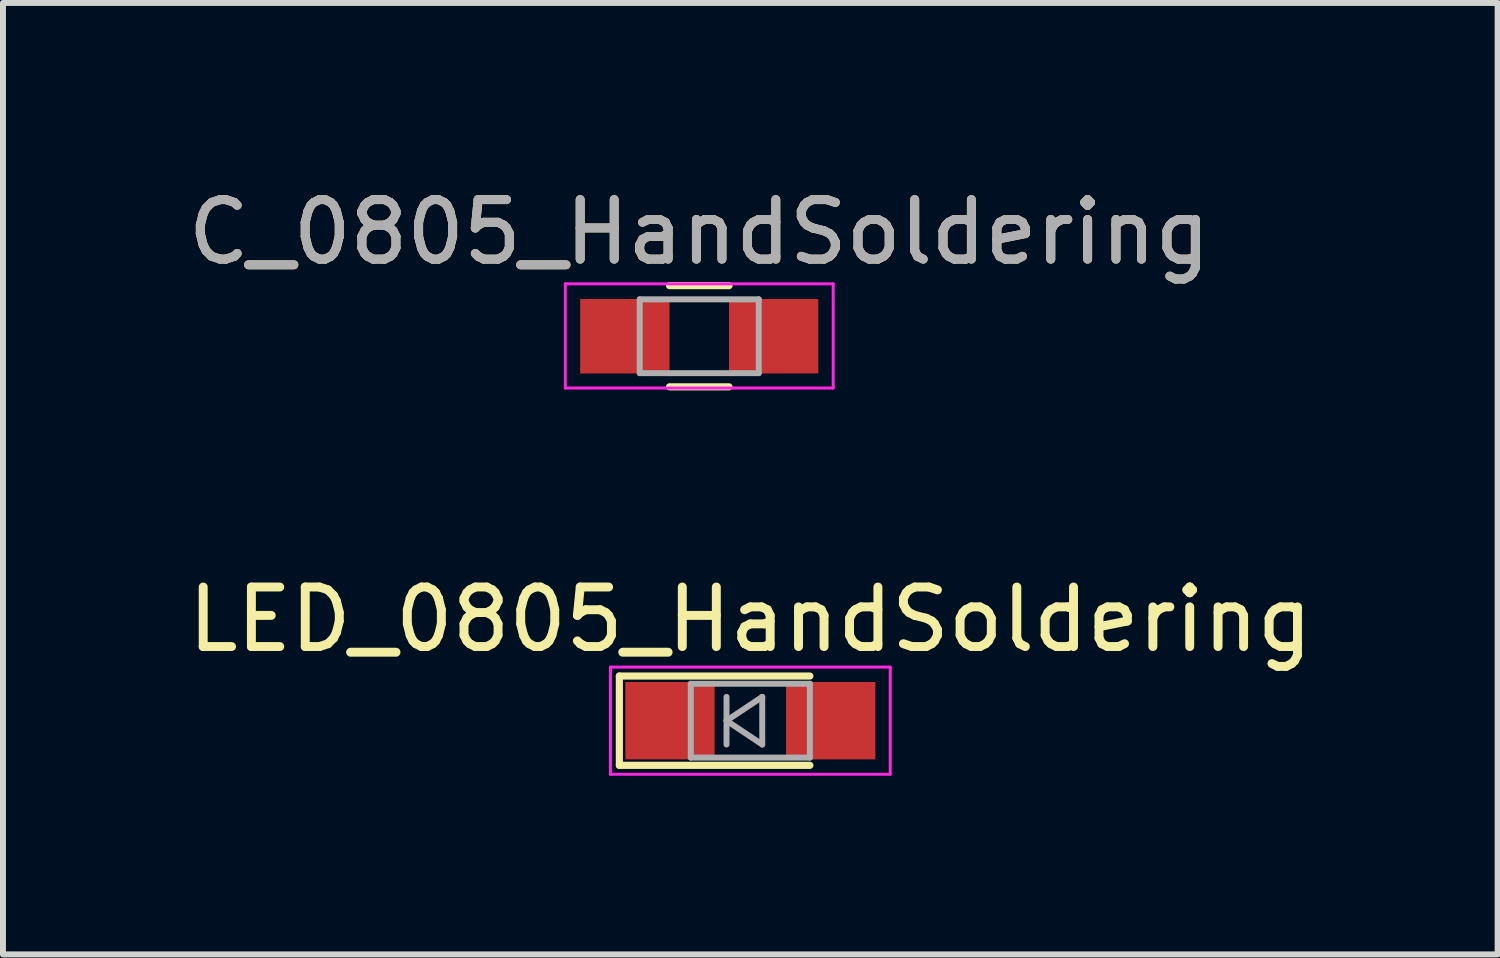
<source format=kicad_pcb>
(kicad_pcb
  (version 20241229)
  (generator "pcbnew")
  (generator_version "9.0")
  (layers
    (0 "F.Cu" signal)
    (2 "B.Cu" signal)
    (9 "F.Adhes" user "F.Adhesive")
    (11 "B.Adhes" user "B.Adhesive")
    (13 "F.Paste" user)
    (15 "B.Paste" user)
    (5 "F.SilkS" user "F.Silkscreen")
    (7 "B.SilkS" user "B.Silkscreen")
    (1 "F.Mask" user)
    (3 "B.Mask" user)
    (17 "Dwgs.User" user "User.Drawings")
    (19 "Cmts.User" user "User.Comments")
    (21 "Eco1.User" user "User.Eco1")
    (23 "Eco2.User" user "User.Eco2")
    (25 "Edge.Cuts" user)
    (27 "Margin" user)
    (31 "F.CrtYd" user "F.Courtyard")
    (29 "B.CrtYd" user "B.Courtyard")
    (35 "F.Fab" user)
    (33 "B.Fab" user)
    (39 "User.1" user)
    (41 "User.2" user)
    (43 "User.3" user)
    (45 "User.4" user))
  (footprint "C_0805_HandSoldering"
    (layer "F.Cu")
    (at 8.696 2.598)
    (property "Reference" "C_0805_HandSoldering" (at 0 -1.75 0) (layer "F.SilkS") (effects (font (size 1 1) (thickness 0.15))))
    (attr smd)
    (fp_line (start -0.5 0.85) (end 0.5 0.85) (stroke (width 0.12) (type solid)) (layer "F.SilkS"))
    (fp_line (start 0.5 -0.85) (end -0.5 -0.85) (stroke (width 0.12) (type solid)) (layer "F.SilkS"))
    (fp_line (start -2.25 -0.88) (end -2.25 0.87) (stroke (width 0.05) (type solid)) (layer "F.CrtYd"))
    (fp_line (start -2.25 -0.88) (end 2.25 -0.88) (stroke (width 0.05) (type solid)) (layer "F.CrtYd"))
    (fp_line (start 2.25 0.87) (end -2.25 0.87) (stroke (width 0.05) (type solid)) (layer "F.CrtYd"))
    (fp_line (start 2.25 0.87) (end 2.25 -0.88) (stroke (width 0.05) (type solid)) (layer "F.CrtYd"))
    (fp_line (start -1 -0.62) (end 1 -0.62) (stroke (width 0.1) (type solid)) (layer "F.Fab"))
    (fp_line (start -1 0.62) (end -1 -0.62) (stroke (width 0.1) (type solid)) (layer "F.Fab"))
    (fp_line (start 1 -0.62) (end 1 0.62) (stroke (width 0.1) (type solid)) (layer "F.Fab"))
    (fp_line (start 1 0.62) (end -1 0.62) (stroke (width 0.1) (type solid)) (layer "F.Fab"))
    (fp_text user "${REFERENCE}" (at 0 -1.75 0) (layer "F.Fab") (effects (font (size 1 1) (thickness 0.15))))
    (pad "1" smd rect (at -1.25 0) (size 1.5 1.25) (layers "F.Cu" "F.Mask" "F.Paste"))
    (pad "2" smd rect (at 1.25 0) (size 1.5 1.25) (layers "F.Cu" "F.Mask" "F.Paste")))
  (footprint "LED_0805_HandSoldering"
    (layer "F.Cu")
    (at 9.554 9.056)
    (property "Reference" "LED_0805_HandSoldering" (at 0 -1.7 0) (layer "F.SilkS") (effects (font (size 1 1) (thickness 0.15))))
    (attr smd)
    (fp_line (start -2.2 -0.75) (end -2.2 0.75) (stroke (width 0.12) (type solid)) (layer "F.SilkS"))
    (fp_line (start -2.2 -0.75) (end 1 -0.75) (stroke (width 0.12) (type solid)) (layer "F.SilkS"))
    (fp_line (start 1 0.75) (end -2.2 0.75) (stroke (width 0.12) (type solid)) (layer "F.SilkS"))
    (fp_line (start -2.35 -0.9) (end -2.35 0.9) (stroke (width 0.05) (type solid)) (layer "F.CrtYd"))
    (fp_line (start -2.35 -0.9) (end 2.35 -0.9) (stroke (width 0.05) (type solid)) (layer "F.CrtYd"))
    (fp_line (start 2.35 0.9) (end -2.35 0.9) (stroke (width 0.05) (type solid)) (layer "F.CrtYd"))
    (fp_line (start 2.35 0.9) (end 2.35 -0.9) (stroke (width 0.05) (type solid)) (layer "F.CrtYd"))
    (fp_line (start -1 -0.62) (end 1 -0.62) (stroke (width 0.1) (type solid)) (layer "F.Fab"))
    (fp_line (start -1 0.62) (end -1 -0.62) (stroke (width 0.1) (type solid)) (layer "F.Fab"))
    (fp_line (start -0.4 -0.4) (end -0.4 0.4) (stroke (width 0.1) (type solid)) (layer "F.Fab"))
    (fp_line (start -0.4 0) (end 0.2 -0.4) (stroke (width 0.1) (type solid)) (layer "F.Fab"))
    (fp_line (start 0.2 -0.4) (end 0.2 0.4) (stroke (width 0.1) (type solid)) (layer "F.Fab"))
    (fp_line (start 0.2 0.4) (end -0.4 0) (stroke (width 0.1) (type solid)) (layer "F.Fab"))
    (fp_line (start 1 -0.62) (end 1 0.62) (stroke (width 0.1) (type solid)) (layer "F.Fab"))
    (fp_line (start 1 0.62) (end -1 0.62) (stroke (width 0.1) (type solid)) (layer "F.Fab"))
    (pad "1" smd rect (at -1.35 0) (size 1.5 1.3) (layers "F.Cu" "F.Mask" "F.Paste"))
    (pad "2" smd rect (at 1.35 0) (size 1.5 1.3) (layers "F.Cu" "F.Mask" "F.Paste")))
  (gr_rect
    (start -3 -3)
    (end 22.107 12.982)
    (stroke (width 0.1) (type default))
    (fill no)
    (layer "Edge.Cuts")))
</source>
